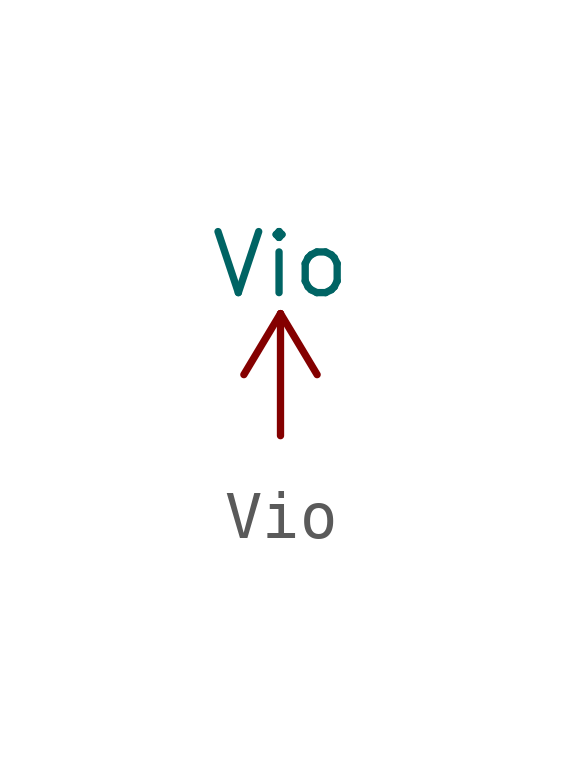
<source format=kicad_sym>
(kicad_symbol_lib
  (version 20211014)
  (generator kicad_symbol_editor)
  (symbol "Vio"
    (power)
    (pin_names
      (offset 0))
    (property "Reference" "#PWR"
      (at 0 -3.81 0)
      (effects (font (size 1.27 1.27)) hide))
    (property "Value" "Vio"
      (at 0 3.556 0)
      (effects (font (size 1.27 1.27))))
    (symbol "Vio_0_1"
      (polyline (pts (xy -0.762 1.27) (xy 0 2.54)) (stroke (width 0) (type default) (color 0 0 0 0)) (fill (type none)))
      (polyline (pts (xy 0 0) (xy 0 2.54)) (stroke (width 0) (type default) (color 0 0 0 0)) (fill (type none)))
      (polyline (pts (xy 0 2.54) (xy 0.762 1.27)) (stroke (width 0) (type default) (color 0 0 0 0)) (fill (type none))))
    (symbol "Vio_1_1"
      (pin power_in line (at 0 0 90) (length 0) hide (name "+1V8" (effects (font (size 1.27 1.27)))) (number "1" (effects (font (size 1.27 1.27))))))))
</source>
